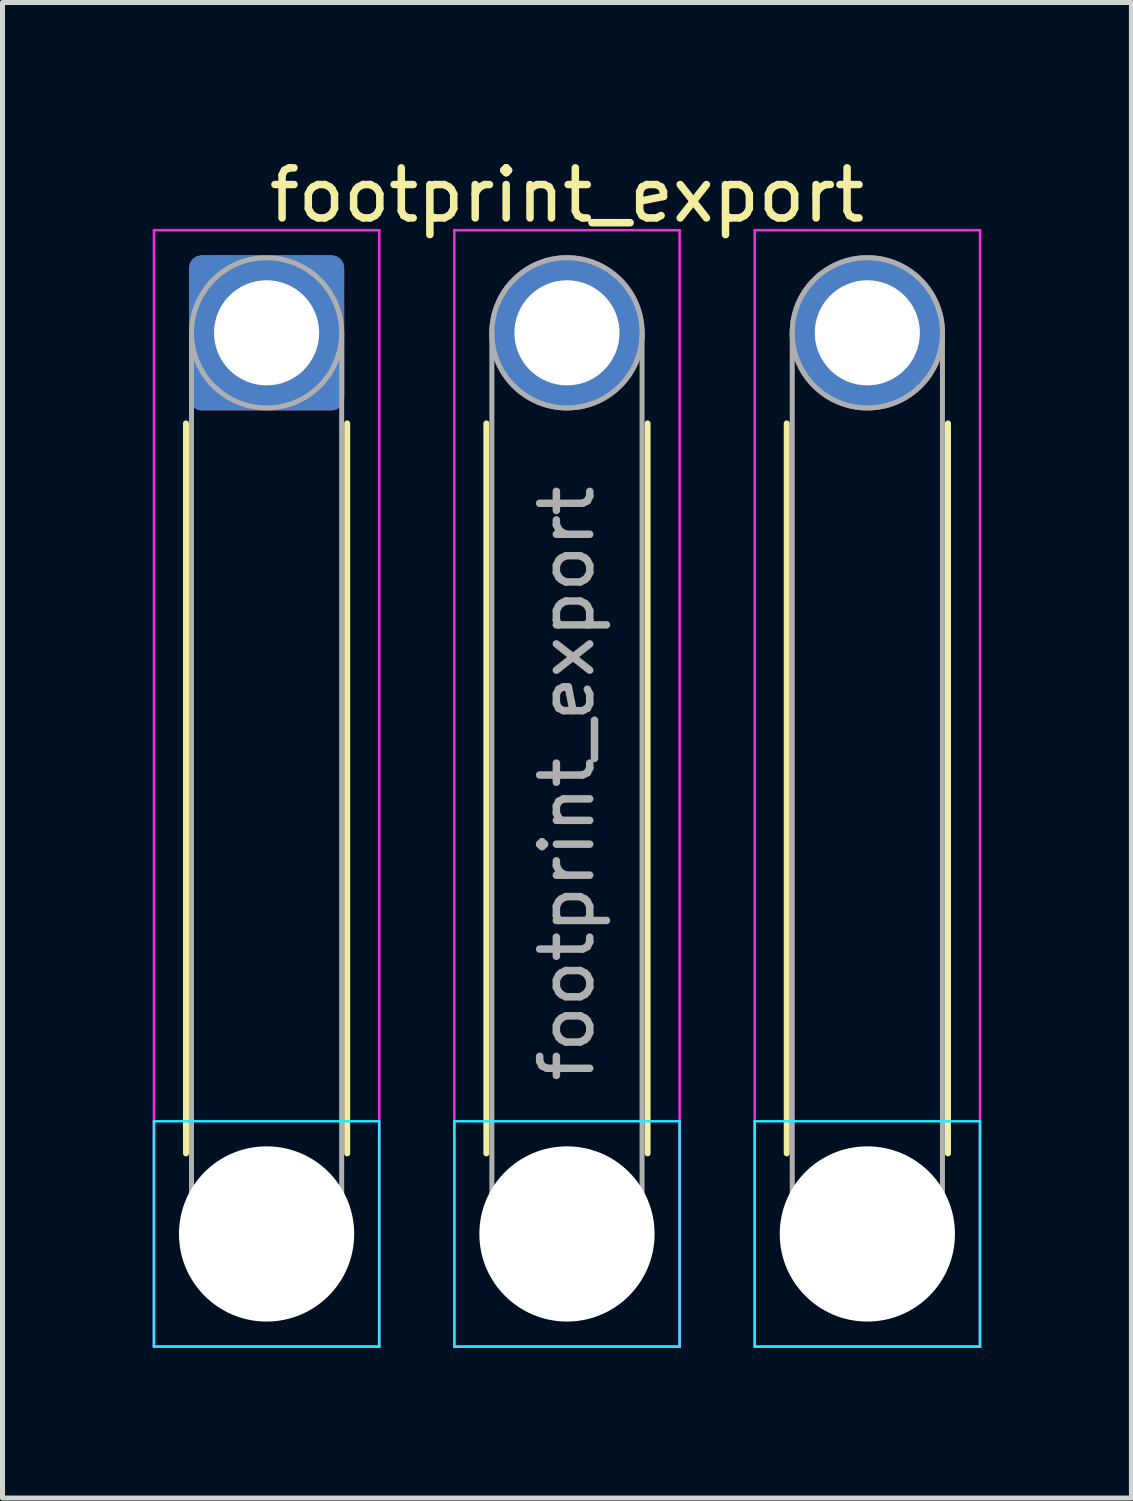
<source format=kicad_pcb>
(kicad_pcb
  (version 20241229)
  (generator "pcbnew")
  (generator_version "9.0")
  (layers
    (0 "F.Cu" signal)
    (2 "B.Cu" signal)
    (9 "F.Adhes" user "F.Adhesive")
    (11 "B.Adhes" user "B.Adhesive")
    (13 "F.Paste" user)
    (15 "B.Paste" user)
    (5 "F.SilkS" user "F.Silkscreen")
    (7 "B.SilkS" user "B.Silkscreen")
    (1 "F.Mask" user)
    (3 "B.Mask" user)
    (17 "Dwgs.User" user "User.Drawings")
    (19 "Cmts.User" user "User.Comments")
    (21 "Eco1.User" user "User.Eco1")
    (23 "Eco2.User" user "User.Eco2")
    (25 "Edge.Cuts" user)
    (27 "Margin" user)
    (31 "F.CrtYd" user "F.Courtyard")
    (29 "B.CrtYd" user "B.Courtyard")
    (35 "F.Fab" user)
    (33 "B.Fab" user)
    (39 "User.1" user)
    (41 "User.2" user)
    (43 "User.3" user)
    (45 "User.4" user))
  (footprint "footprint_export"
    (layer "F.Cu")
    (at 2.275 3.598)
    (property "Reference" "footprint_export" (at 6 -2.75 0) (layer "F.SilkS") (effects (font (size 1 1) (thickness 0.15))))
    (attr exclude_from_pos_files exclude_from_bom)
    (fp_line (start -1.61 1.81) (end -1.61 16.39) (stroke (width 0.12) (type solid)) (layer "F.SilkS"))
    (fp_line (start 1.61 1.81) (end 1.61 16.39) (stroke (width 0.12) (type solid)) (layer "F.SilkS"))
    (fp_line (start 4.39 1.81) (end 4.39 16.39) (stroke (width 0.12) (type solid)) (layer "F.SilkS"))
    (fp_line (start 7.61 1.81) (end 7.61 16.39) (stroke (width 0.12) (type solid)) (layer "F.SilkS"))
    (fp_line (start 10.39 1.81) (end 10.39 16.39) (stroke (width 0.12) (type solid)) (layer "F.SilkS"))
    (fp_line (start 13.61 1.81) (end 13.61 16.39) (stroke (width 0.12) (type solid)) (layer "F.SilkS"))
    (fp_line (start -2.25 15.75) (end -2.25 20.25) (stroke (width 0.05) (type solid)) (layer "B.CrtYd"))
    (fp_line (start -2.25 20.25) (end 2.25 20.25) (stroke (width 0.05) (type solid)) (layer "B.CrtYd"))
    (fp_line (start 2.25 15.75) (end -2.25 15.75) (stroke (width 0.05) (type solid)) (layer "B.CrtYd"))
    (fp_line (start 2.25 20.25) (end 2.25 15.75) (stroke (width 0.05) (type solid)) (layer "B.CrtYd"))
    (fp_line (start 3.75 15.75) (end 3.75 20.25) (stroke (width 0.05) (type solid)) (layer "B.CrtYd"))
    (fp_line (start 3.75 20.25) (end 8.25 20.25) (stroke (width 0.05) (type solid)) (layer "B.CrtYd"))
    (fp_line (start 8.25 15.75) (end 3.75 15.75) (stroke (width 0.05) (type solid)) (layer "B.CrtYd"))
    (fp_line (start 8.25 20.25) (end 8.25 15.75) (stroke (width 0.05) (type solid)) (layer "B.CrtYd"))
    (fp_line (start 9.75 15.75) (end 9.75 20.25) (stroke (width 0.05) (type solid)) (layer "B.CrtYd"))
    (fp_line (start 9.75 20.25) (end 14.25 20.25) (stroke (width 0.05) (type solid)) (layer "B.CrtYd"))
    (fp_line (start 14.25 15.75) (end 9.75 15.75) (stroke (width 0.05) (type solid)) (layer "B.CrtYd"))
    (fp_line (start 14.25 20.25) (end 14.25 15.75) (stroke (width 0.05) (type solid)) (layer "B.CrtYd"))
    (fp_line (start -2.25 -2.05) (end -2.25 20.25) (stroke (width 0.05) (type solid)) (layer "F.CrtYd"))
    (fp_line (start -2.25 20.25) (end 2.25 20.25) (stroke (width 0.05) (type solid)) (layer "F.CrtYd"))
    (fp_line (start 2.25 -2.05) (end -2.25 -2.05) (stroke (width 0.05) (type solid)) (layer "F.CrtYd"))
    (fp_line (start 2.25 20.25) (end 2.25 -2.05) (stroke (width 0.05) (type solid)) (layer "F.CrtYd"))
    (fp_line (start 3.75 -2.05) (end 3.75 20.25) (stroke (width 0.05) (type solid)) (layer "F.CrtYd"))
    (fp_line (start 3.75 20.25) (end 8.25 20.25) (stroke (width 0.05) (type solid)) (layer "F.CrtYd"))
    (fp_line (start 8.25 -2.05) (end 3.75 -2.05) (stroke (width 0.05) (type solid)) (layer "F.CrtYd"))
    (fp_line (start 8.25 20.25) (end 8.25 -2.05) (stroke (width 0.05) (type solid)) (layer "F.CrtYd"))
    (fp_line (start 9.75 -2.05) (end 9.75 20.25) (stroke (width 0.05) (type solid)) (layer "F.CrtYd"))
    (fp_line (start 9.75 20.25) (end 14.25 20.25) (stroke (width 0.05) (type solid)) (layer "F.CrtYd"))
    (fp_line (start 14.25 -2.05) (end 9.75 -2.05) (stroke (width 0.05) (type solid)) (layer "F.CrtYd"))
    (fp_line (start 14.25 20.25) (end 14.25 -2.05) (stroke (width 0.05) (type solid)) (layer "F.CrtYd"))
    (fp_line (start -1.5 0) (end -1.5 18) (stroke (width 0.1) (type solid)) (layer "F.Fab"))
    (fp_line (start 1.5 0) (end 1.5 18) (stroke (width 0.1) (type solid)) (layer "F.Fab"))
    (fp_line (start 4.5 0) (end 4.5 18) (stroke (width 0.1) (type solid)) (layer "F.Fab"))
    (fp_line (start 7.5 0) (end 7.5 18) (stroke (width 0.1) (type solid)) (layer "F.Fab"))
    (fp_line (start 10.5 0) (end 10.5 18) (stroke (width 0.1) (type solid)) (layer "F.Fab"))
    (fp_line (start 13.5 0) (end 13.5 18) (stroke (width 0.1) (type solid)) (layer "F.Fab"))
    (fp_circle (center 0 0) (end 1.5 0) (stroke (width 0.1) (type solid)) (fill no) (layer "F.Fab"))
    (fp_circle (center 0 18) (end 1.5 18) (stroke (width 0.1) (type solid)) (fill no) (layer "F.Fab"))
    (fp_circle (center 6 0) (end 7.5 0) (stroke (width 0.1) (type solid)) (fill no) (layer "F.Fab"))
    (fp_circle (center 6 18) (end 7.5 18) (stroke (width 0.1) (type solid)) (fill no) (layer "F.Fab"))
    (fp_circle (center 12 0) (end 13.5 0) (stroke (width 0.1) (type solid)) (fill no) (layer "F.Fab"))
    (fp_circle (center 12 18) (end 13.5 18) (stroke (width 0.1) (type solid)) (fill no) (layer "F.Fab"))
    (fp_text user "${REFERENCE}" (at 6 9 90) (layer "F.Fab") (effects (font (size 1 1) (thickness 0.15))))
    (pad "" np_thru_hole circle (at 0 18) (size 3.5 3.5) (drill 3.5) (layers "*.Cu" "*.Mask"))
    (pad "" np_thru_hole circle (at 6 18) (size 3.5 3.5) (drill 3.5) (layers "*.Cu" "*.Mask"))
    (pad "" np_thru_hole circle (at 12 18) (size 3.5 3.5) (drill 3.5) (layers "*.Cu" "*.Mask"))
    (pad "1" thru_hole roundrect (at 0 0) (size 3.1 3.1) (drill 2.1) (layers "*.Cu" "*.Mask") (roundrect_rratio 0.081))
    (pad "2" thru_hole circle (at 6 0) (size 3.1 3.1) (drill 2.1) (layers "*.Cu" "*.Mask"))
    (pad "3" thru_hole circle (at 12 0) (size 3.1 3.1) (drill 2.1) (layers "*.Cu" "*.Mask")))
  (gr_rect
    (start -3 -3)
    (end 19.55 26.873)
    (stroke (width 0.1) (type default))
    (fill no)
    (layer "Edge.Cuts")))
</source>
